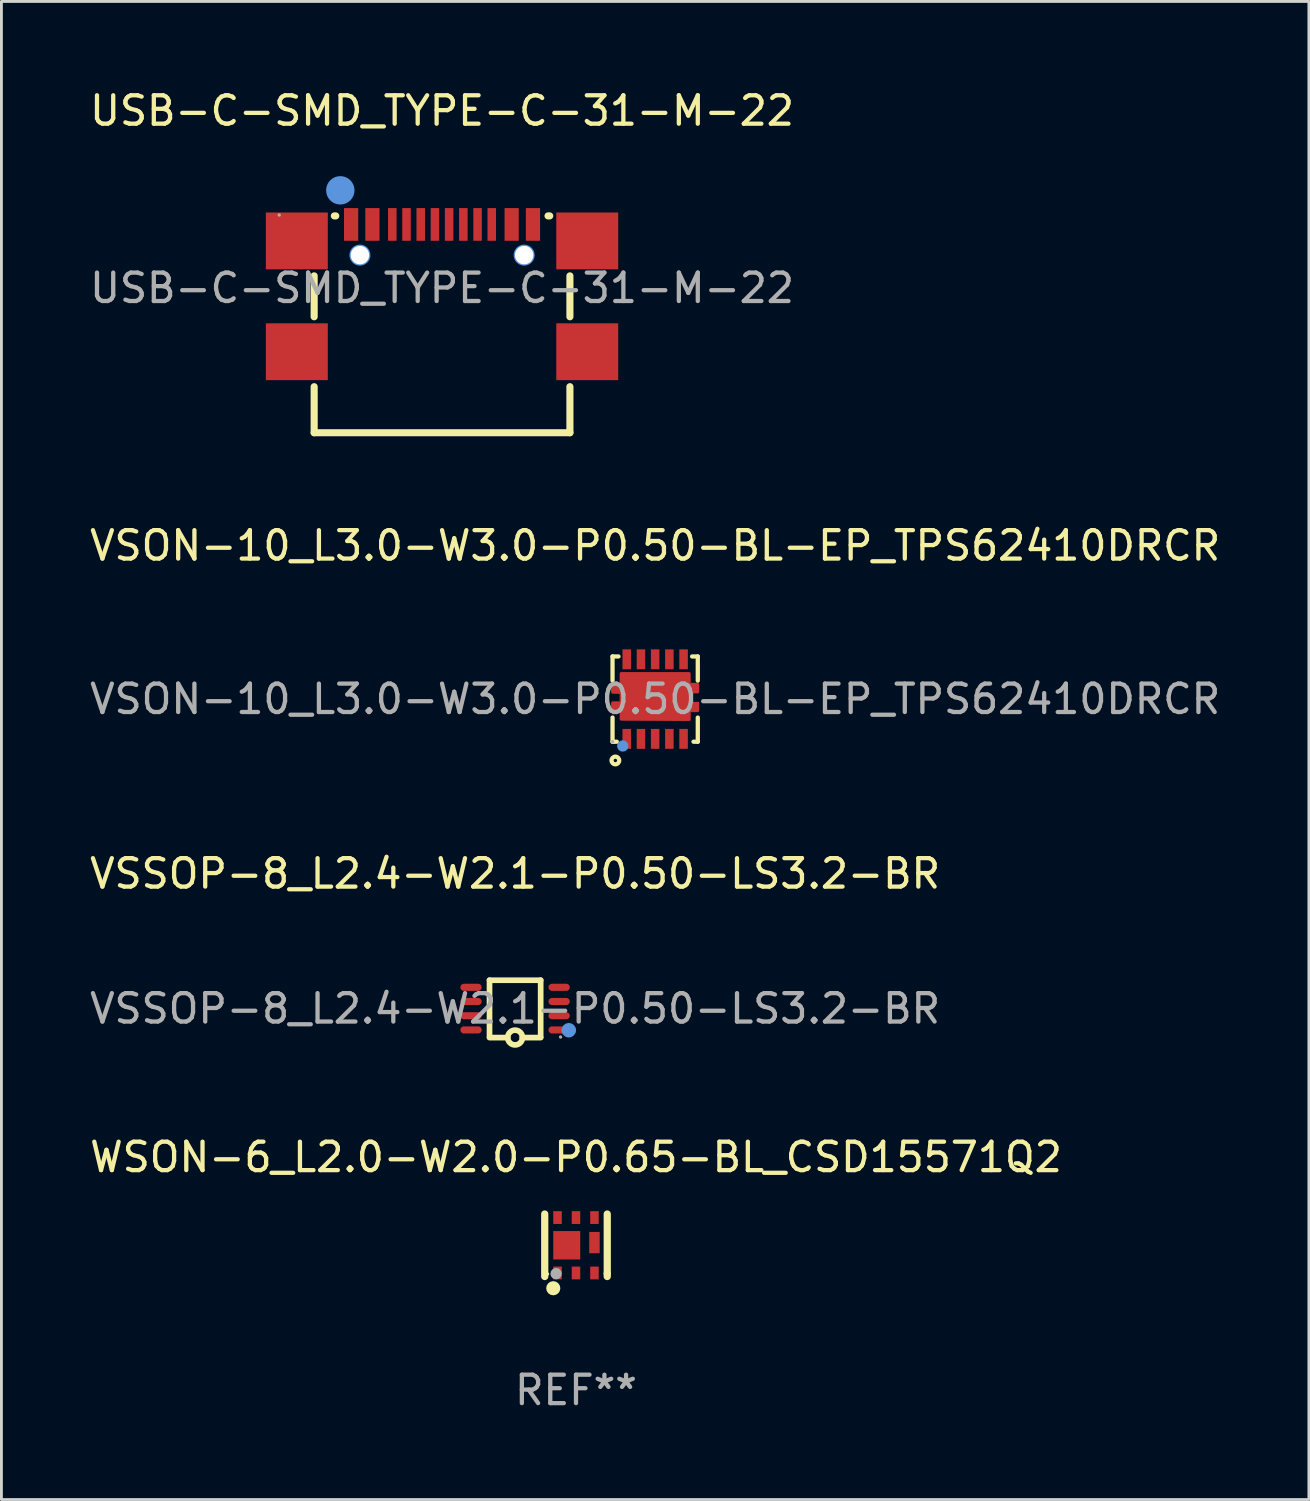
<source format=kicad_pcb>
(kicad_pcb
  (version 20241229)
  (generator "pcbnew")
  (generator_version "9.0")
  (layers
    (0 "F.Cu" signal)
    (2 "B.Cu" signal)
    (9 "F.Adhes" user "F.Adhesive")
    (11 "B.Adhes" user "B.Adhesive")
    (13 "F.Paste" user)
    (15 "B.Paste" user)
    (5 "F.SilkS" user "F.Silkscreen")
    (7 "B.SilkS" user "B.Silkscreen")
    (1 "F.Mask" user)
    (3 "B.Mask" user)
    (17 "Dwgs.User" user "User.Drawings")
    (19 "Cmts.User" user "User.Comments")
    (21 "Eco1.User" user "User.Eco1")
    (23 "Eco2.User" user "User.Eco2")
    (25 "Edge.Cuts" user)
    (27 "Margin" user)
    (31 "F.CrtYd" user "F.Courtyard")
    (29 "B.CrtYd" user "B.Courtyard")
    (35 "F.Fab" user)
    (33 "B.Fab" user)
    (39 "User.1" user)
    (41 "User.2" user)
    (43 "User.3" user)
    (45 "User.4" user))
  (footprint "USB-C-SMD_TYPE-C-31-M-22"
    (layer "F.Cu")
    (at 12.506 7.088)
    (property "Reference" "USB-C-SMD_TYPE-C-31-M-22" (at 0 -6.24 180) (layer "F.SilkS") (effects (font (size 1 1) (thickness 0.15))))
    (attr smd)
    (fp_line (start -4.5 1.01) (end -4.5 -0.43) (stroke (width 0.25) (type solid)) (layer "F.SilkS"))
    (fp_line (start -4.5 5.09) (end -4.5 3.47) (stroke (width 0.25) (type solid)) (layer "F.SilkS"))
    (fp_line (start -3.74 -2.54) (end -3.79 -2.54) (stroke (width 0.25) (type solid)) (layer "F.SilkS"))
    (fp_line (start 3.79 -2.54) (end 3.73 -2.54) (stroke (width 0.25) (type solid)) (layer "F.SilkS"))
    (fp_line (start 4.5 1.01) (end 4.5 -0.43) (stroke (width 0.25) (type solid)) (layer "F.SilkS"))
    (fp_line (start 4.5 5.09) (end -4.5 5.09) (stroke (width 0.25) (type solid)) (layer "F.SilkS"))
    (fp_line (start 4.5 5.09) (end 4.5 3.47) (stroke (width 0.25) (type solid)) (layer "F.SilkS"))
    (fp_circle (center -3.58 -3.44) (end -3.33 -3.44) (stroke (width 0.5) (type solid)) (fill no) (layer "Cmts.User"))
    (fp_circle (center -2.89 -1.16) (end -2.77 -1.16) (stroke (width 0.25) (type solid)) (fill no) (layer "Cmts.User"))
    (fp_circle (center 2.89 -1.16) (end 3.01 -1.16) (stroke (width 0.25) (type solid)) (fill no) (layer "Cmts.User"))
    (fp_circle (center -5.73 -2.57) (end -5.7 -2.57) (stroke (width 0.06) (type solid)) (fill no) (layer "F.Fab"))
    (fp_text user "${REFERENCE}" (at 0 0 180) (layer "F.Fab") (effects (font (size 1 1) (thickness 0.15))))
    (pad "" thru_hole circle (at -2.89 -1.16) (size 0.65 0.65) (drill 0.65) (layers "*.Cu" "*.Mask"))
    (pad "" thru_hole circle (at 2.89 -1.16) (size 0.65 0.65) (drill 0.65) (layers "*.Cu" "*.Mask"))
    (pad "1" smd rect (at -3.2 -2.24) (size 0.5 1.15) (layers "F.Cu" "F.Mask" "F.Paste"))
    (pad "2" smd rect (at -2.45 -2.24) (size 0.5 1.15) (layers "F.Cu" "F.Mask" "F.Paste"))
    (pad "3" smd rect (at -1.75 -2.24) (size 0.3 1.15) (layers "F.Cu" "F.Mask" "F.Paste"))
    (pad "4" smd rect (at -1.25 -2.24) (size 0.3 1.15) (layers "F.Cu" "F.Mask" "F.Paste"))
    (pad "5" smd rect (at -0.75 -2.24) (size 0.3 1.15) (layers "F.Cu" "F.Mask" "F.Paste"))
    (pad "6" smd rect (at -0.25 -2.24) (size 0.3 1.15) (layers "F.Cu" "F.Mask" "F.Paste"))
    (pad "7" smd rect (at 0.25 -2.24) (size 0.3 1.15) (layers "F.Cu" "F.Mask" "F.Paste"))
    (pad "8" smd rect (at 0.75 -2.24) (size 0.3 1.15) (layers "F.Cu" "F.Mask" "F.Paste"))
    (pad "9" smd rect (at 1.25 -2.24) (size 0.3 1.15) (layers "F.Cu" "F.Mask" "F.Paste"))
    (pad "10" smd rect (at 1.75 -2.24) (size 0.3 1.15) (layers "F.Cu" "F.Mask" "F.Paste"))
    (pad "11" smd rect (at 2.45 -2.24) (size 0.5 1.15) (layers "F.Cu" "F.Mask" "F.Paste"))
    (pad "12" smd rect (at 3.2 -2.24) (size 0.5 1.15) (layers "F.Cu" "F.Mask" "F.Paste"))
    (pad "13" smd rect (at 5.11 -1.66) (size 2.18 2) (layers "F.Cu" "F.Mask" "F.Paste"))
    (pad "14" smd rect (at 5.11 2.24) (size 2.18 2) (layers "F.Cu" "F.Mask" "F.Paste"))
    (pad "15" smd rect (at -5.11 2.24) (size 2.18 2) (layers "F.Cu" "F.Mask" "F.Paste"))
    (pad "16" smd rect (at -5.11 -1.66) (size 2.18 2) (layers "F.Cu" "F.Mask" "F.Paste")))
  (footprint "WSON-6_L2.0-W2.0-P0.65-BL_CSD15571Q2"
    (layer "F.Cu")
    (at 17.22 40.773)
    (property "Reference" "WSON-6_L2.0-W2.0-P0.65-BL_CSD15571Q2" (at 0 -3.1 0) (layer "F.SilkS") (effects (font (size 1 1) (thickness 0.15))))
    (attr smd)
    (fp_line (start -1.1 -1.1) (end -1.1 1.1) (stroke (width 0.254) (type solid)) (layer "F.SilkS"))
    (fp_line (start 1.1 -1.1) (end 1.1 1) (stroke (width 0.254) (type solid)) (layer "F.SilkS"))
    (fp_line (start 1.1 1) (end 1.1 1.1) (stroke (width 0.254) (type solid)) (layer "F.SilkS"))
    (fp_arc (start -0.79873 1.388037) (mid -0.800026 1.636949) (end -0.801219 1.388036) (stroke (width 0.24892) (type solid)) (layer "F.SilkS"))
    (fp_circle (center -1 1.012) (end -0.97 1.012) (stroke (width 0.06) (type solid)) (fill no) (layer "F.SilkS"))
    (fp_circle (center -0.7 1) (end -0.6 1) (stroke (width 0.2) (type solid)) (fill no) (layer "F.Fab"))
    (fp_text user "REF**" (at 0 5.1 0) (layer "F.Fab") (effects (font (size 1 1) (thickness 0.15))))
    (pad "1" smd rect (at -0.65 0.975 90) (size 0.45 0.3) (layers "F.Cu" "F.Mask" "F.Paste"))
    (pad "2" smd rect (at 0 0.975 90) (size 0.45 0.3) (layers "F.Cu" "F.Mask" "F.Paste"))
    (pad "3" smd rect (at 0.65 0.975 90) (size 0.45 0.3) (layers "F.Cu" "F.Mask" "F.Paste"))
    (pad "4" smd rect (at 0.65 -0.975 90) (size 0.45 0.3) (layers "F.Cu" "F.Mask" "F.Paste"))
    (pad "5" smd rect (at 0 -0.975 90) (size 0.45 0.3) (layers "F.Cu" "F.Mask" "F.Paste"))
    (pad "6" smd rect (at -0.65 -0.975 90) (size 0.45 0.3) (layers "F.Cu" "F.Mask" "F.Paste"))
    (pad "7" smd rect (at -0.325 0) (size 0.95 1) (layers "F.Cu" "F.Mask" "F.Paste"))
    (pad "8" smd rect (at 0.65 -0.095 90) (size 0.75 0.368) (layers "F.Cu" "F.Mask" "F.Paste")))
  (footprint "VSON-10_L3.0-W3.0-P0.50-BL-EP_TPS62410DRCR"
    (layer "F.Cu")
    (at 20.006 21.552)
    (property "Reference" "VSON-10_L3.0-W3.0-P0.50-BL-EP_TPS62410DRCR" (at 0 -5.4 0) (layer "F.SilkS") (effects (font (size 1 1) (thickness 0.15))))
    (attr smd)
    (fp_line (start -1.5 -1.5) (end -1.5 -0.65) (stroke (width 0.15) (type solid)) (layer "F.SilkS"))
    (fp_line (start -1.5 -1.5) (end -1.29 -1.5) (stroke (width 0.15) (type solid)) (layer "F.SilkS"))
    (fp_line (start -1.5 1.5) (end -1.5 0.65) (stroke (width 0.15) (type solid)) (layer "F.SilkS"))
    (fp_line (start -1.5 1.5) (end -1.35 1.5) (stroke (width 0.15) (type solid)) (layer "F.SilkS"))
    (fp_line (start 1.3 -1.5) (end 1.5 -1.5) (stroke (width 0.15) (type solid)) (layer "F.SilkS"))
    (fp_line (start 1.35 1.5) (end 1.5 1.5) (stroke (width 0.15) (type solid)) (layer "F.SilkS"))
    (fp_line (start 1.5 -1.5) (end 1.5 -0.65) (stroke (width 0.15) (type solid)) (layer "F.SilkS"))
    (fp_line (start 1.5 0.65) (end 1.5 1.5) (stroke (width 0.15) (type solid)) (layer "F.SilkS"))
    (fp_circle (center -1.4 2.16) (end -1.34 2.16) (stroke (width 0.15) (type solid)) (fill no) (layer "F.SilkS"))
    (fp_circle (center -1.14 1.65) (end -1.04 1.65) (stroke (width 0.2) (type solid)) (fill no) (layer "Cmts.User"))
    (fp_circle (center -1.5 1.5) (end -1.47 1.5) (stroke (width 0.06) (type solid)) (fill no) (layer "F.Fab"))
    (fp_text user "${REFERENCE}" (at 0 0 0) (layer "F.Fab") (effects (font (size 1 1) (thickness 0.15))))
    (pad "1" smd rect (at -1 1.4) (size 0.3 0.7) (layers "F.Cu" "F.Mask" "F.Paste"))
    (pad "2" smd rect (at -0.5 1.4) (size 0.3 0.7) (layers "F.Cu" "F.Mask" "F.Paste"))
    (pad "3" smd rect (at 0 1.4) (size 0.3 0.7) (layers "F.Cu" "F.Mask" "F.Paste"))
    (pad "4" smd rect (at 0.5 1.4) (size 0.3 0.7) (layers "F.Cu" "F.Mask" "F.Paste"))
    (pad "5" smd rect (at 1 1.4 180) (size 0.3 0.7) (layers "F.Cu" "F.Mask" "F.Paste"))
    (pad "6" smd rect (at 1 -1.4 180) (size 0.3 0.7) (layers "F.Cu" "F.Mask" "F.Paste"))
    (pad "7" smd rect (at 0.5 -1.4 180) (size 0.3 0.7) (layers "F.Cu" "F.Mask" "F.Paste"))
    (pad "8" smd rect (at 0 -1.4 180) (size 0.3 0.7) (layers "F.Cu" "F.Mask" "F.Paste"))
    (pad "9" smd rect (at -0.5 -1.4) (size 0.3 0.7) (layers "F.Cu" "F.Mask" "F.Paste"))
    (pad "10" smd rect (at -1 -1.4) (size 0.3 0.7) (layers "F.Cu" "F.Mask" "F.Paste"))
    (pad "11" smd custom (at 0 -0.05) (size 1 1) (layers "F.Cu" "F.Mask" "F.Paste") (options (anchor circle)) (primitives (gr_poly (pts (xy -1.5 -0.47) (xy -1.2 -0.47) (xy -1.2 -0.85) (xy 1.2 -0.85) (xy 1.2 -0.47) (xy 1.5 -0.47) (xy 1.5 -0.2) (xy 1.2 -0.2) (xy 1.2 0.19) (xy 1.2 0.2) (xy 1.5 0.2) (xy 1.5 0.19) (xy 1.5 0.46) (xy 1.2 0.46) (xy 1.2 0.77) (xy -1.2 0.76) (xy -1.2 0.47) (xy -1.5 0.47) (xy -1.5 0.18) (xy -1.2 0.18) (xy -1.2 -0.18) (xy -1.5 -0.19)) (width 0.1) (fill yes)))))
  (footprint "VSSOP-8_L2.4-W2.1-P0.50-LS3.2-BR"
    (layer "F.Cu")
    (at 15.077 32.445)
    (property "Reference" "VSSOP-8_L2.4-W2.1-P0.50-LS3.2-BR" (at 0 -4.75 0) (layer "F.SilkS") (effects (font (size 1 1) (thickness 0.15))))
    (attr smd)
    (fp_line (start -0.9 -1) (end -0.9 1) (stroke (width 0.2) (type solid)) (layer "F.SilkS"))
    (fp_line (start -0.26 1.02) (end -0.9 1.02) (stroke (width 0.2) (type solid)) (layer "F.SilkS"))
    (fp_line (start 0.25 1.02) (end 0.9 1.02) (stroke (width 0.2) (type solid)) (layer "F.SilkS"))
    (fp_line (start 0.9 -1) (end -0.9 -1) (stroke (width 0.2) (type solid)) (layer "F.SilkS"))
    (fp_line (start 0.9 1) (end 0.9 -1) (stroke (width 0.2) (type solid)) (layer "F.SilkS"))
    (fp_arc (start -0.25996 1.015462) (mid 0.25999 1.022269) (end -0.26 1.02) (stroke (width 0.2) (type solid)) (layer "F.SilkS"))
    (fp_circle (center 1.89 0.76) (end 2.02 0.76) (stroke (width 0.25) (type solid)) (fill no) (layer "Cmts.User"))
    (fp_circle (center 1.6 1) (end 1.63 1) (stroke (width 0.06) (type solid)) (fill no) (layer "F.Fab"))
    (fp_text user "${REFERENCE}" (at 0 0 0) (layer "F.Fab") (effects (font (size 1 1) (thickness 0.15))))
    (pad "1" smd oval (at 1.55 0.75) (size 0.75 0.25) (layers "F.Cu" "F.Mask" "F.Paste"))
    (pad "2" smd oval (at 1.55 0.25) (size 0.75 0.25) (layers "F.Cu" "F.Mask" "F.Paste"))
    (pad "3" smd oval (at 1.55 -0.25) (size 0.75 0.25) (layers "F.Cu" "F.Mask" "F.Paste"))
    (pad "4" smd oval (at 1.55 -0.75) (size 0.75 0.25) (layers "F.Cu" "F.Mask" "F.Paste"))
    (pad "5" smd oval (at -1.55 -0.75) (size 0.75 0.25) (layers "F.Cu" "F.Mask" "F.Paste"))
    (pad "6" smd oval (at -1.55 -0.25) (size 0.75 0.25) (layers "F.Cu" "F.Mask" "F.Paste"))
    (pad "7" smd oval (at -1.55 0.25) (size 0.75 0.25) (layers "F.Cu" "F.Mask" "F.Paste"))
    (pad "8" smd oval (at -1.55 0.75) (size 0.75 0.25) (layers "F.Cu" "F.Mask" "F.Paste")))
  (gr_rect
    (start -3 -3)
    (end 43.012 49.721)
    (stroke (width 0.1) (type default))
    (fill no)
    (layer "Edge.Cuts")))
</source>
